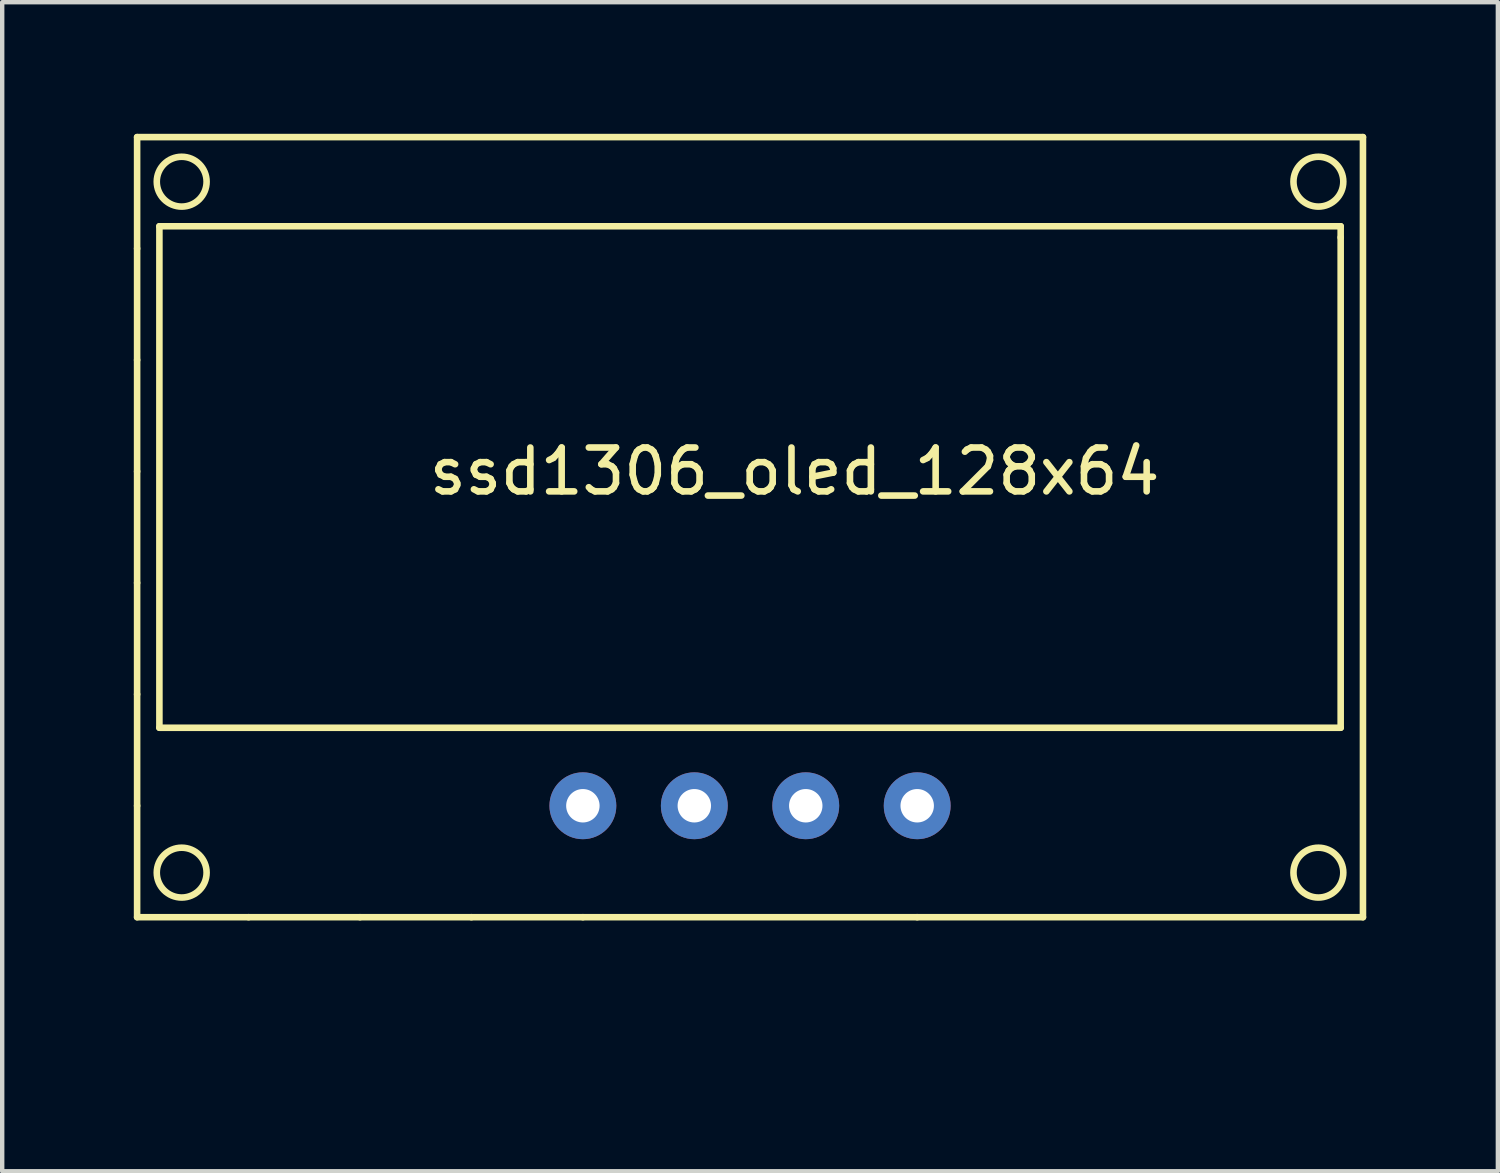
<source format=kicad_pcb>
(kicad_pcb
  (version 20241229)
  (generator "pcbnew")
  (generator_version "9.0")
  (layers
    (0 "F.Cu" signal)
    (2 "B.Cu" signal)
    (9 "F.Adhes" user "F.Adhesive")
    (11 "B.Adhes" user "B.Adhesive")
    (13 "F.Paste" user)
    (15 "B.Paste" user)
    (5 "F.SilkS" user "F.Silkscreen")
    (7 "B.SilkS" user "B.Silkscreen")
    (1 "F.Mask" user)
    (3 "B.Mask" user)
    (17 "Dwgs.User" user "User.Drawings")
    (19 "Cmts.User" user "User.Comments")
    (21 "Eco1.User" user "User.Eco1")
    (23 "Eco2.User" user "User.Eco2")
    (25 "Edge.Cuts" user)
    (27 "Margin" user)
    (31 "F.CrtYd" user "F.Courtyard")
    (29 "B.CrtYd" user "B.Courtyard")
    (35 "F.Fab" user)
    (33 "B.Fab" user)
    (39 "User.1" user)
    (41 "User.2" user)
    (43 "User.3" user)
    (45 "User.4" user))
  (footprint "ssd1306_oled_128x64"
    (layer "F.Cu")
    (at 20.395 20.395)
    (property "Reference" "ssd1306_oled_128x64" (at -5.334 -12.7 0) (layer "F.SilkS") (effects (font (size 1 1) (thickness 0.15))))
    (attr through_hole)
    (fp_line (start -20.32 -20.32) (end 7.62 -20.32) (stroke (width 0.15) (type solid)) (layer "F.SilkS"))
    (fp_line (start -20.32 -17.78) (end -20.32 -20.32) (stroke (width 0.15) (type solid)) (layer "F.SilkS"))
    (fp_line (start -20.32 -15.24) (end -20.32 -17.78) (stroke (width 0.15) (type solid)) (layer "F.SilkS"))
    (fp_line (start -20.32 -12.7) (end -20.32 -15.24) (stroke (width 0.15) (type solid)) (layer "F.SilkS"))
    (fp_line (start -20.32 -10.16) (end -20.32 -12.7) (stroke (width 0.15) (type solid)) (layer "F.SilkS"))
    (fp_line (start -20.32 -7.62) (end -20.32 -10.16) (stroke (width 0.15) (type solid)) (layer "F.SilkS"))
    (fp_line (start -20.32 -5.08) (end -20.32 -7.62) (stroke (width 0.15) (type solid)) (layer "F.SilkS"))
    (fp_line (start -20.32 -2.54) (end -20.32 -5.08) (stroke (width 0.15) (type solid)) (layer "F.SilkS"))
    (fp_line (start -19.812 -18.288) (end -19.812 -6.858) (stroke (width 0.15) (type solid)) (layer "F.SilkS"))
    (fp_line (start -19.812 -6.858) (end 7.112 -6.858) (stroke (width 0.15) (type solid)) (layer "F.SilkS"))
    (fp_line (start -17.78 -2.54) (end -20.32 -2.54) (stroke (width 0.15) (type solid)) (layer "F.SilkS"))
    (fp_line (start -15.24 -2.54) (end -17.78 -2.54) (stroke (width 0.15) (type solid)) (layer "F.SilkS"))
    (fp_line (start -12.7 -2.54) (end -15.24 -2.54) (stroke (width 0.15) (type solid)) (layer "F.SilkS"))
    (fp_line (start -10.16 -2.54) (end -12.7 -2.54) (stroke (width 0.15) (type solid)) (layer "F.SilkS"))
    (fp_line (start -2.54 -2.54) (end -10.16 -2.54) (stroke (width 0.15) (type solid)) (layer "F.SilkS"))
    (fp_line (start -2.54 -2.54) (end 7.62 -2.54) (stroke (width 0.15) (type solid)) (layer "F.SilkS"))
    (fp_line (start 7.112 -18.288) (end -19.812 -18.288) (stroke (width 0.15) (type solid)) (layer "F.SilkS"))
    (fp_line (start 7.112 -18.034) (end 7.112 -18.288) (stroke (width 0.15) (type solid)) (layer "F.SilkS"))
    (fp_line (start 7.112 -6.858) (end 7.112 -18.034) (stroke (width 0.15) (type solid)) (layer "F.SilkS"))
    (fp_line (start 7.62 -20.32) (end 7.62 -2.54) (stroke (width 0.15) (type solid)) (layer "F.SilkS"))
    (fp_circle (center -19.304 -19.304) (end -18.796 -19.05) (stroke (width 0.15) (type solid)) (fill no) (layer "F.SilkS"))
    (fp_circle (center -19.304 -3.556) (end -19.05 -3.048) (stroke (width 0.15) (type solid)) (fill no) (layer "F.SilkS"))
    (fp_circle (center 6.604 -19.304) (end 6.858 -18.796) (stroke (width 0.15) (type solid)) (fill no) (layer "F.SilkS"))
    (fp_circle (center 6.604 -3.556) (end 7.112 -3.302) (stroke (width 0.15) (type solid)) (fill no) (layer "F.SilkS"))
    (pad "1" thru_hole circle (at -10.16 -5.08) (size 1.524 1.524) (drill 0.762) (layers "*.Cu" "*.Mask"))
    (pad "2" thru_hole circle (at -7.62 -5.08) (size 1.524 1.524) (drill 0.762) (layers "*.Cu" "*.Mask"))
    (pad "3" thru_hole circle (at -5.08 -5.08) (size 1.524 1.524) (drill 0.762) (layers "*.Cu" "*.Mask"))
    (pad "4" thru_hole circle (at -2.54 -5.08) (size 1.524 1.524) (drill 0.762) (layers "*.Cu" "*.Mask")))
  (gr_rect
    (start -3 -3)
    (end 31.09 23.645)
    (stroke (width 0.1) (type default))
    (fill no)
    (layer "Edge.Cuts")))
</source>
